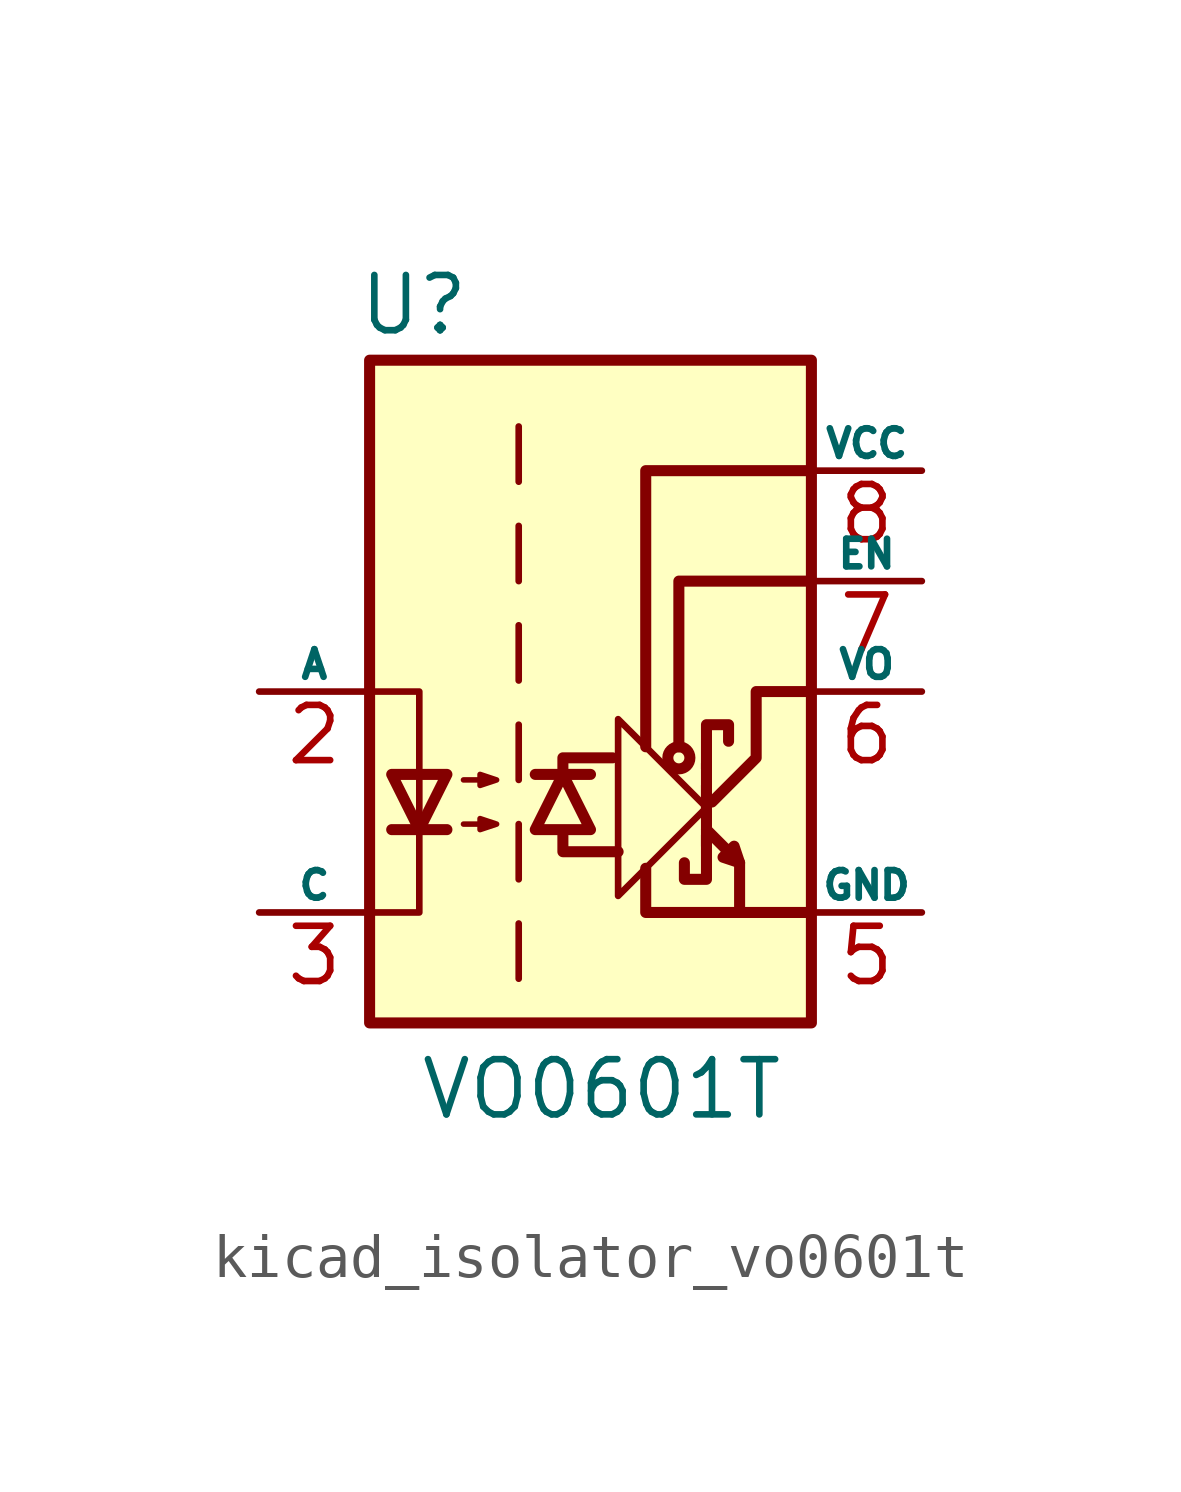
<source format=kicad_sym>
(kicad_symbol_lib
  (version 20220914)
  (generator kicad_symbol_editor)
  (symbol "kicad_isolator_vo0601t"
    (pin_names
      (offset 0))
    (property "Reference" "U"
      (at -4.064 8.89 0)
      (effects (font (size 1.27 1.27))))
    (property "Value" "VO0601T"
      (at 0.254 -9.144 0)
      (effects (font (size 1.27 1.27))))
    (symbol "kicad_isolator_vo0601t_0_1"
      (polyline (pts (xy 2.667 -3.556) (xy 2.667 -1.651)) (stroke (width 0.254) (type default)) (fill (type none)))
      (polyline (pts (xy 2.667 -2.159) (xy 2.667 -2.921)) (stroke (width 0.254) (type default)) (fill (type none)))
      (polyline (pts (xy 3.429 -3.937) (xy 3.429 -5.08)) (stroke (width 0.254) (type default)) (fill (type none)))
      (polyline (pts (xy -0.635 -3.302) (xy -0.635 -3.683) (xy 0.635 -3.683)) (stroke (width 0.254) (type default)) (fill (type none)))
      (polyline (pts (xy -0.635 -1.905) (xy -0.635 -1.524) (xy 0.508 -1.524)) (stroke (width 0.254) (type default)) (fill (type none)))
      (polyline (pts (xy 1.27 -4.064) (xy 1.27 -5.08) (xy 5.08 -5.08)) (stroke (width 0.254) (type default)) (fill (type none)))
      (polyline (pts (xy 1.27 -1.27) (xy 1.27 5.08) (xy 5.08 5.08)) (stroke (width 0.254) (type default)) (fill (type none)))
      (polyline (pts (xy 2.032 -1.27) (xy 2.032 2.54) (xy 5.08 2.54)) (stroke (width 0.254) (type default)) (fill (type none)))
      (polyline (pts (xy -5.08 -5.08) (xy -3.937 -5.08) (xy -3.937 0) (xy -5.08 0)) (stroke (width 0) (type default)) (fill (type none)))
      (polyline (pts (xy 2.667 -3.302) (xy 2.667 -4.318) (xy 2.159 -4.318) (xy 2.159 -3.937)) (stroke (width 0.254) (type default)) (fill (type none)))
      (polyline (pts (xy 2.667 -2.667) (xy 0.635 -4.699) (xy 0.635 -0.635) (xy 2.667 -2.667)) (stroke (width 0) (type default)) (fill (type none)))
      (polyline (pts (xy 2.667 -1.778) (xy 2.667 -0.762) (xy 3.175 -0.762) (xy 3.175 -1.143)) (stroke (width 0.254) (type default)) (fill (type none)))
      (polyline (pts (xy 2.794 -2.54) (xy 3.81 -1.524) (xy 3.81 0) (xy 5.08 0)) (stroke (width 0.254) (type default)) (fill (type none)))
      (polyline (pts (xy 2.667 -3.175) (xy 3.429 -3.937) (xy 3.302 -3.556) (xy 3.048 -3.81) (xy 3.429 -3.937)) (stroke (width 0.254) (type default)) (fill (type none)))
      (circle (center 2.032 -1.524) (radius 0.254) (stroke (width 0.254) (type default)) (fill (type none))))
    (symbol "kicad_isolator_vo0601t_1_1"
      (rectangle (start -5.08 7.62) (end 5.08 -7.62) (stroke (width 0.254) (type default)) (fill (type background)))
      (polyline (pts (xy -4.572 -3.175) (xy -3.302 -3.175)) (stroke (width 0.254) (type default)) (fill (type none)))
      (polyline (pts (xy -1.651 -5.334) (xy -1.651 -6.604)) (stroke (width 0) (type default)) (fill (type none)))
      (polyline (pts (xy -1.651 -3.048) (xy -1.651 -4.318)) (stroke (width 0) (type default)) (fill (type none)))
      (polyline (pts (xy -1.651 -0.762) (xy -1.651 -2.032)) (stroke (width 0) (type default)) (fill (type none)))
      (polyline (pts (xy -1.651 1.524) (xy -1.651 0.254)) (stroke (width 0) (type default)) (fill (type none)))
      (polyline (pts (xy -1.651 3.81) (xy -1.651 2.54)) (stroke (width 0) (type default)) (fill (type none)))
      (polyline (pts (xy -1.651 6.096) (xy -1.651 4.826)) (stroke (width 0) (type default)) (fill (type none)))
      (polyline (pts (xy -1.27 -1.905) (xy 0 -1.905)) (stroke (width 0.254) (type default)) (fill (type none)))
      (polyline (pts (xy -3.937 -3.175) (xy -4.572 -1.905) (xy -3.302 -1.905) (xy -3.937 -3.175)) (stroke (width 0.254) (type default)) (fill (type none)))
      (polyline (pts (xy -0.635 -1.905) (xy -1.27 -3.175) (xy 0 -3.175) (xy -0.635 -1.905)) (stroke (width 0.254) (type default)) (fill (type none)))
      (polyline (pts (xy -2.921 -3.048) (xy -2.159 -3.048) (xy -2.54 -3.175) (xy -2.54 -2.921) (xy -2.159 -3.048)) (stroke (width 0.127) (type default)) (fill (type none)))
      (polyline (pts (xy -2.921 -2.032) (xy -2.159 -2.032) (xy -2.54 -2.159) (xy -2.54 -1.905) (xy -2.159 -2.032)) (stroke (width 0.127) (type default)) (fill (type none)))
      (pin no_connect line (at -5.08 5.08 0) (length 2.54) hide (name "NC" (effects (font (size 0.635 0.635)))) (number "1" (effects (font (size 1.27 1.27)))))
      (pin passive line (at -7.62 0 0) (length 2.54) (name "A" (effects (font (size 0.635 0.635)))) (number "2" (effects (font (size 1.27 1.27)))))
      (pin passive line (at -7.62 -5.08 0) (length 2.54) (name "C" (effects (font (size 0.635 0.635)))) (number "3" (effects (font (size 1.27 1.27)))))
      (pin power_in line (at 7.62 -5.08 180) (length 2.54) (name "GND" (effects (font (size 0.635 0.635)))) (number "5" (effects (font (size 1.27 1.27)))))
      (pin open_collector line (at 7.62 0 180) (length 2.54) (name "VO" (effects (font (size 0.635 0.635)))) (number "6" (effects (font (size 1.27 1.27)))))
      (pin input line (at 7.62 2.54 180) (length 2.54) (name "EN" (effects (font (size 0.635 0.635)))) (number "7" (effects (font (size 1.27 1.27)))))
      (pin power_in line (at 7.62 5.08 180) (length 2.54) (name "VCC" (effects (font (size 0.635 0.635)))) (number "8" (effects (font (size 1.27 1.27))))))))
</source>
